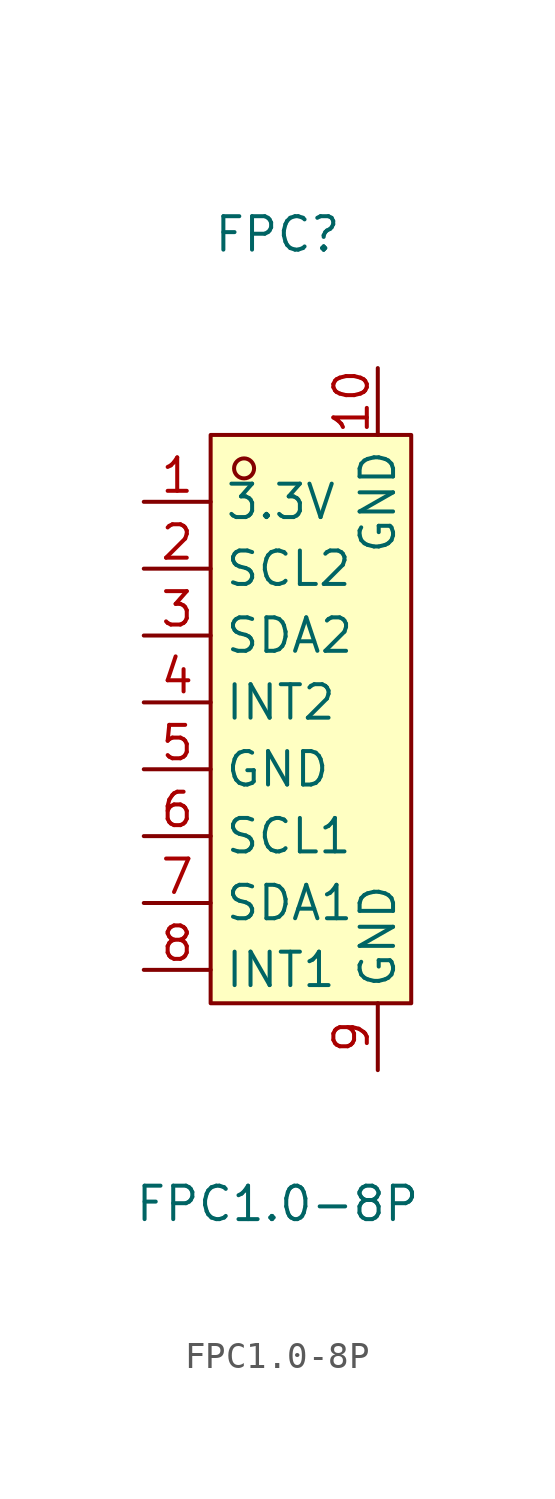
<source format=kicad_sym>
(kicad_symbol_lib
  (version 20241209)
  (generator "kicad_symbol_editor")
  (generator_version "9.0")
  (symbol "FPC1.0-8P"
    (property "Reference" "FPC"
      (at 0 19.05 0)
      (effects (font (size 1.27 1.27))))
    (property "Value" "FPC1.0-8P"
      (at 0 -17.78 0)
      (effects (font (size 1.27 1.27))))
    (symbol "FPC1.0-8P_0_1"
      (rectangle (start -2.54 11.43) (end 5.08 -10.16) (stroke (width 0) (type default)) (fill (type background)))
      (circle (center -1.27 10.16) (radius 0.38) (stroke (width 0) (type default)) (fill (type none)))
      (pin power_out line (at -5.08 8.89 0) (length 2.54) (name "3.3V" (effects (font (size 1.27 1.27)))) (number "1" (effects (font (size 1.27 1.27))))))
    (symbol "FPC1.0-8P_1_1"
      (pin bidirectional line (at -5.08 6.35 0) (length 2.54) (name "SCL2" (effects (font (size 1.27 1.27)))) (number "2" (effects (font (size 1.27 1.27)))))
      (pin bidirectional line (at -5.08 3.81 0) (length 2.54) (name "SDA2" (effects (font (size 1.27 1.27)))) (number "3" (effects (font (size 1.27 1.27)))))
      (pin input line (at -5.08 1.27 0) (length 2.54) (name "INT2" (effects (font (size 1.27 1.27)))) (number "4" (effects (font (size 1.27 1.27)))))
      (pin power_in line (at -5.08 -1.27 0) (length 2.54) (name "GND" (effects (font (size 1.27 1.27)))) (number "5" (effects (font (size 1.27 1.27)))))
      (pin bidirectional line (at -5.08 -3.81 0) (length 2.54) (name "SCL1" (effects (font (size 1.27 1.27)))) (number "6" (effects (font (size 1.27 1.27)))))
      (pin bidirectional line (at -5.08 -6.35 0) (length 2.54) (name "SDA1" (effects (font (size 1.27 1.27)))) (number "7" (effects (font (size 1.27 1.27)))))
      (pin input line (at -5.08 -8.89 0) (length 2.54) (name "INT1" (effects (font (size 1.27 1.27)))) (number "8" (effects (font (size 1.27 1.27)))))
      (pin power_in line (at 3.81 13.97 270) (length 2.54) (name "GND" (effects (font (size 1.27 1.27)))) (number "10" (effects (font (size 1.27 1.27)))))
      (pin power_in line (at 3.81 -12.7 90) (length 2.54) (name "GND" (effects (font (size 1.27 1.27)))) (number "9" (effects (font (size 1.27 1.27))))))))
</source>
